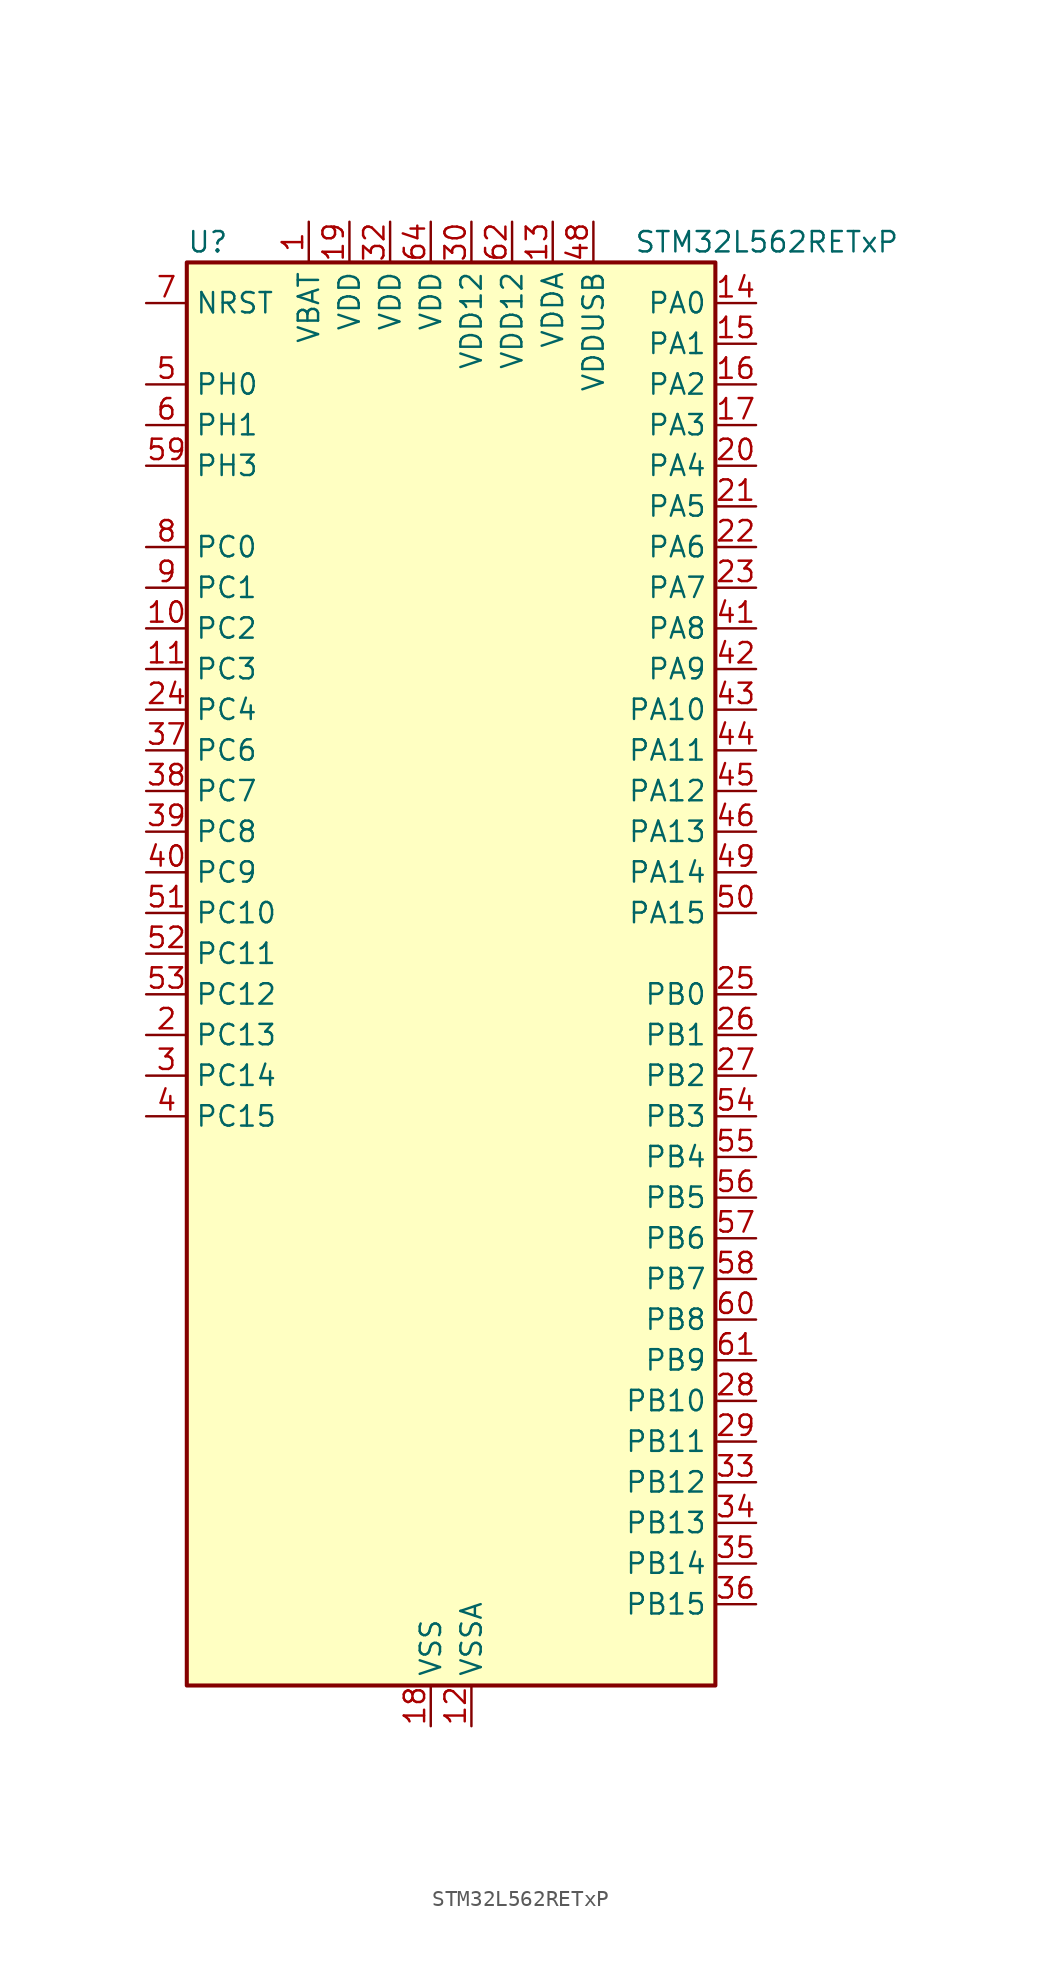
<source format=kicad_sym>
(kicad_symbol_lib
  (version 20220914)
  (generator kicad_symbol_editor)
  (symbol "STM32L562RETxP"
    (property "Reference" "U"
      (at -15.24 46.99 0)
      (effects (font (size 1.27 1.27)) (justify left)))
    (property "Value" "STM32L562RETxP"
      (at 12.7 46.99 0)
      (effects (font (size 1.27 1.27)) (justify left)))
    (property "ki_locked" ""
      (at 0 0 0)
      (effects (font (size 1.27 1.27))))
    (symbol "STM32L562RETxP_0_1"
      (rectangle (start -15.24 -43.18) (end 17.78 45.72) (stroke (width 0.254) (type default)) (fill (type background))))
    (symbol "STM32L562RETxP_1_1"
      (pin power_in line (at -7.62 48.26 270) (length 2.54) (name "VBAT" (effects (font (size 1.27 1.27)))) (number "1" (effects (font (size 1.27 1.27)))))
      (pin bidirectional line (at -17.78 22.86 0) (length 2.54) (name "PC2" (effects (font (size 1.27 1.27)))) (number "10" (effects (font (size 1.27 1.27)))) (alternate "ADC1_IN3" bidirectional line) (alternate "ADC2_IN3" bidirectional line) (alternate "DFSDM1_CKOUT" bidirectional line) (alternate "LPTIM1_IN2" bidirectional line) (alternate "OCTOSPI1_IO5" bidirectional line) (alternate "SPI2_MISO" bidirectional line))
      (pin bidirectional line (at -17.78 20.32 0) (length 2.54) (name "PC3" (effects (font (size 1.27 1.27)))) (number "11" (effects (font (size 1.27 1.27)))) (alternate "ADC1_IN4" bidirectional line) (alternate "ADC2_IN4" bidirectional line) (alternate "LPTIM1_ETR" bidirectional line) (alternate "LPTIM2_ETR" bidirectional line) (alternate "LPTIM3_OUT" bidirectional line) (alternate "OCTOSPI1_IO6" bidirectional line) (alternate "SAI1_D1" bidirectional line) (alternate "SAI1_SD_A" bidirectional line) (alternate "SPI2_MOSI" bidirectional line))
      (pin power_in line (at 2.54 -45.72 90) (length 2.54) (name "VSSA" (effects (font (size 1.27 1.27)))) (number "12" (effects (font (size 1.27 1.27)))))
      (pin power_in line (at 7.62 48.26 270) (length 2.54) (name "VDDA" (effects (font (size 1.27 1.27)))) (number "13" (effects (font (size 1.27 1.27)))))
      (pin bidirectional line (at 20.32 43.18 180) (length 2.54) (name "PA0" (effects (font (size 1.27 1.27)))) (number "14" (effects (font (size 1.27 1.27)))) (alternate "ADC1_IN5" bidirectional line) (alternate "ADC2_IN5" bidirectional line) (alternate "OPAMP1_VINP" bidirectional line) (alternate "PWR_WKUP1" bidirectional line) (alternate "SAI1_EXTCLK" bidirectional line) (alternate "TAMP_IN2" bidirectional line) (alternate "TAMP_OUT1" bidirectional line) (alternate "TIM2_CH1" bidirectional line) (alternate "TIM2_ETR" bidirectional line) (alternate "TIM5_CH1" bidirectional line) (alternate "TIM8_ETR" bidirectional line) (alternate "UART4_TX" bidirectional line) (alternate "USART2_CTS" bidirectional line) (alternate "USART2_NSS" bidirectional line))
      (pin bidirectional line (at 20.32 40.64 180) (length 2.54) (name "PA1" (effects (font (size 1.27 1.27)))) (number "15" (effects (font (size 1.27 1.27)))) (alternate "ADC1_IN6" bidirectional line) (alternate "ADC2_IN6" bidirectional line) (alternate "I2C1_SMBA" bidirectional line) (alternate "OCTOSPI1_DQS" bidirectional line) (alternate "OPAMP1_VINM" bidirectional line) (alternate "SPI1_SCK" bidirectional line) (alternate "TAMP_IN5" bidirectional line) (alternate "TAMP_OUT4" bidirectional line) (alternate "TIM15_CH1N" bidirectional line) (alternate "TIM2_CH2" bidirectional line) (alternate "TIM5_CH2" bidirectional line) (alternate "UART4_RX" bidirectional line) (alternate "USART2_DE" bidirectional line) (alternate "USART2_RTS" bidirectional line))
      (pin bidirectional line (at 20.32 38.1 180) (length 2.54) (name "PA2" (effects (font (size 1.27 1.27)))) (number "16" (effects (font (size 1.27 1.27)))) (alternate "ADC1_IN7" bidirectional line) (alternate "ADC2_IN7" bidirectional line) (alternate "COMP1_INP" bidirectional line) (alternate "LPUART1_TX" bidirectional line) (alternate "OCTOSPI1_NCS" bidirectional line) (alternate "PWR_WKUP4" bidirectional line) (alternate "RCC_LSCO" bidirectional line) (alternate "SAI2_EXTCLK" bidirectional line) (alternate "TIM15_CH1" bidirectional line) (alternate "TIM2_CH3" bidirectional line) (alternate "TIM5_CH3" bidirectional line) (alternate "UCPD1_FRSTX1" bidirectional line) (alternate "USART2_TX" bidirectional line))
      (pin bidirectional line (at 20.32 35.56 180) (length 2.54) (name "PA3" (effects (font (size 1.27 1.27)))) (number "17" (effects (font (size 1.27 1.27)))) (alternate "ADC1_IN8" bidirectional line) (alternate "ADC2_IN8" bidirectional line) (alternate "LPUART1_RX" bidirectional line) (alternate "OCTOSPI1_CLK" bidirectional line) (alternate "OPAMP1_VOUT" bidirectional line) (alternate "SAI1_CK1" bidirectional line) (alternate "SAI1_MCLK_A" bidirectional line) (alternate "TIM15_CH2" bidirectional line) (alternate "TIM2_CH4" bidirectional line) (alternate "TIM5_CH4" bidirectional line) (alternate "USART2_RX" bidirectional line))
      (pin power_in line (at 0 -45.72 90) (length 2.54) (name "VSS" (effects (font (size 1.27 1.27)))) (number "18" (effects (font (size 1.27 1.27)))))
      (pin power_in line (at -5.08 48.26 270) (length 2.54) (name "VDD" (effects (font (size 1.27 1.27)))) (number "19" (effects (font (size 1.27 1.27)))))
      (pin bidirectional line (at -17.78 -2.54 0) (length 2.54) (name "PC13" (effects (font (size 1.27 1.27)))) (number "2" (effects (font (size 1.27 1.27)))) (alternate "PWR_WKUP2" bidirectional line) (alternate "RTC_OUT1" bidirectional line) (alternate "RTC_TS" bidirectional line) (alternate "TAMP_IN1" bidirectional line) (alternate "TAMP_OUT2" bidirectional line))
      (pin bidirectional line (at 20.32 33.02 180) (length 2.54) (name "PA4" (effects (font (size 1.27 1.27)))) (number "20" (effects (font (size 1.27 1.27)))) (alternate "ADC1_IN9" bidirectional line) (alternate "ADC2_IN9" bidirectional line) (alternate "DAC1_OUT1" bidirectional line) (alternate "LPTIM2_OUT" bidirectional line) (alternate "OCTOSPI1_NCS" bidirectional line) (alternate "SAI1_FS_B" bidirectional line) (alternate "SPI1_NSS" bidirectional line) (alternate "SPI3_NSS" bidirectional line) (alternate "USART2_CK" bidirectional line))
      (pin bidirectional line (at 20.32 30.48 180) (length 2.54) (name "PA5" (effects (font (size 1.27 1.27)))) (number "21" (effects (font (size 1.27 1.27)))) (alternate "ADC1_IN10" bidirectional line) (alternate "ADC2_IN10" bidirectional line) (alternate "DAC1_OUT2" bidirectional line) (alternate "LPTIM2_ETR" bidirectional line) (alternate "SPI1_SCK" bidirectional line) (alternate "TIM2_CH1" bidirectional line) (alternate "TIM2_ETR" bidirectional line) (alternate "TIM8_CH1N" bidirectional line))
      (pin bidirectional line (at 20.32 27.94 180) (length 2.54) (name "PA6" (effects (font (size 1.27 1.27)))) (number "22" (effects (font (size 1.27 1.27)))) (alternate "ADC1_IN11" bidirectional line) (alternate "ADC2_IN11" bidirectional line) (alternate "LPUART1_CTS" bidirectional line) (alternate "OCTOSPI1_IO3" bidirectional line) (alternate "OPAMP2_VINP" bidirectional line) (alternate "SPI1_MISO" bidirectional line) (alternate "TIM16_CH1" bidirectional line) (alternate "TIM1_BKIN" bidirectional line) (alternate "TIM3_CH1" bidirectional line) (alternate "TIM8_BKIN" bidirectional line) (alternate "USART3_CTS" bidirectional line) (alternate "USART3_NSS" bidirectional line))
      (pin bidirectional line (at 20.32 25.4 180) (length 2.54) (name "PA7" (effects (font (size 1.27 1.27)))) (number "23" (effects (font (size 1.27 1.27)))) (alternate "ADC1_IN12" bidirectional line) (alternate "ADC2_IN12" bidirectional line) (alternate "I2C3_SCL" bidirectional line) (alternate "OCTOSPI1_IO2" bidirectional line) (alternate "OPAMP2_VINM" bidirectional line) (alternate "SPI1_MOSI" bidirectional line) (alternate "TIM17_CH1" bidirectional line) (alternate "TIM1_CH1N" bidirectional line) (alternate "TIM3_CH2" bidirectional line) (alternate "TIM8_CH1N" bidirectional line))
      (pin bidirectional line (at -17.78 17.78 0) (length 2.54) (name "PC4" (effects (font (size 1.27 1.27)))) (number "24" (effects (font (size 1.27 1.27)))) (alternate "ADC1_IN13" bidirectional line) (alternate "ADC2_IN13" bidirectional line) (alternate "COMP1_INM" bidirectional line) (alternate "OCTOSPI1_IO7" bidirectional line) (alternate "USART3_TX" bidirectional line))
      (pin bidirectional line (at 20.32 0 180) (length 2.54) (name "PB0" (effects (font (size 1.27 1.27)))) (number "25" (effects (font (size 1.27 1.27)))) (alternate "ADC1_IN15" bidirectional line) (alternate "ADC2_IN15" bidirectional line) (alternate "COMP1_OUT" bidirectional line) (alternate "OCTOSPI1_IO1" bidirectional line) (alternate "OPAMP2_VOUT" bidirectional line) (alternate "SAI1_EXTCLK" bidirectional line) (alternate "SPI1_NSS" bidirectional line) (alternate "TIM1_CH2N" bidirectional line) (alternate "TIM3_CH3" bidirectional line) (alternate "TIM8_CH2N" bidirectional line) (alternate "USART3_CK" bidirectional line))
      (pin bidirectional line (at 20.32 -2.54 180) (length 2.54) (name "PB1" (effects (font (size 1.27 1.27)))) (number "26" (effects (font (size 1.27 1.27)))) (alternate "ADC1_IN16" bidirectional line) (alternate "ADC2_IN16" bidirectional line) (alternate "COMP1_INM" bidirectional line) (alternate "DFSDM1_DATIN0" bidirectional line) (alternate "LPTIM2_IN1" bidirectional line) (alternate "LPUART1_DE" bidirectional line) (alternate "LPUART1_RTS" bidirectional line) (alternate "OCTOSPI1_IO0" bidirectional line) (alternate "TIM1_CH3N" bidirectional line) (alternate "TIM3_CH4" bidirectional line) (alternate "TIM8_CH3N" bidirectional line) (alternate "USART3_DE" bidirectional line) (alternate "USART3_RTS" bidirectional line))
      (pin bidirectional line (at 20.32 -5.08 180) (length 2.54) (name "PB2" (effects (font (size 1.27 1.27)))) (number "27" (effects (font (size 1.27 1.27)))) (alternate "COMP1_INP" bidirectional line) (alternate "DFSDM1_CKIN0" bidirectional line) (alternate "I2C3_SMBA" bidirectional line) (alternate "LPTIM1_OUT" bidirectional line) (alternate "OCTOSPI1_DQS" bidirectional line) (alternate "RTC_OUT2" bidirectional line) (alternate "UCPD1_FRSTX1" bidirectional line))
      (pin bidirectional line (at 20.32 -25.4 180) (length 2.54) (name "PB10" (effects (font (size 1.27 1.27)))) (number "28" (effects (font (size 1.27 1.27)))) (alternate "COMP1_OUT" bidirectional line) (alternate "I2C2_SCL" bidirectional line) (alternate "I2C4_SCL" bidirectional line) (alternate "LPTIM3_OUT" bidirectional line) (alternate "LPUART1_RX" bidirectional line) (alternate "OCTOSPI1_CLK" bidirectional line) (alternate "SAI1_SCK_A" bidirectional line) (alternate "SPI2_SCK" bidirectional line) (alternate "TIM2_CH3" bidirectional line) (alternate "TSC_SYNC" bidirectional line) (alternate "USART3_TX" bidirectional line))
      (pin bidirectional line (at 20.32 -27.94 180) (length 2.54) (name "PB11" (effects (font (size 1.27 1.27)))) (number "29" (effects (font (size 1.27 1.27)))) (alternate "ADC1_EXTI11" bidirectional line) (alternate "ADC2_EXTI11" bidirectional line) (alternate "COMP2_OUT" bidirectional line) (alternate "I2C2_SDA" bidirectional line) (alternate "I2C4_SDA" bidirectional line) (alternate "LPUART1_TX" bidirectional line) (alternate "OCTOSPI1_NCS" bidirectional line) (alternate "TIM2_CH4" bidirectional line) (alternate "USART3_RX" bidirectional line))
      (pin bidirectional line (at -17.78 -5.08 0) (length 2.54) (name "PC14" (effects (font (size 1.27 1.27)))) (number "3" (effects (font (size 1.27 1.27)))) (alternate "RCC_OSC32_IN" bidirectional line))
      (pin power_in line (at 2.54 48.26 270) (length 2.54) (name "VDD12" (effects (font (size 1.27 1.27)))) (number "30" (effects (font (size 1.27 1.27)))))
      (pin passive line (at 0 -45.72 90) (length 2.54) hide (name "VSS" (effects (font (size 1.27 1.27)))) (number "31" (effects (font (size 1.27 1.27)))))
      (pin power_in line (at -2.54 48.26 270) (length 2.54) (name "VDD" (effects (font (size 1.27 1.27)))) (number "32" (effects (font (size 1.27 1.27)))))
      (pin bidirectional line (at 20.32 -30.48 180) (length 2.54) (name "PB12" (effects (font (size 1.27 1.27)))) (number "33" (effects (font (size 1.27 1.27)))) (alternate "DFSDM1_DATIN1" bidirectional line) (alternate "I2C2_SMBA" bidirectional line) (alternate "LPUART1_DE" bidirectional line) (alternate "LPUART1_RTS" bidirectional line) (alternate "OCTOSPI1_NCLK" bidirectional line) (alternate "SAI2_FS_A" bidirectional line) (alternate "SPI2_NSS" bidirectional line) (alternate "TIM15_BKIN" bidirectional line) (alternate "TIM1_BKIN" bidirectional line) (alternate "TSC_G1_IO1" bidirectional line) (alternate "USART3_CK" bidirectional line))
      (pin bidirectional line (at 20.32 -33.02 180) (length 2.54) (name "PB13" (effects (font (size 1.27 1.27)))) (number "34" (effects (font (size 1.27 1.27)))) (alternate "DFSDM1_CKIN1" bidirectional line) (alternate "I2C2_SCL" bidirectional line) (alternate "LPTIM3_IN1" bidirectional line) (alternate "LPUART1_CTS" bidirectional line) (alternate "SAI2_SCK_A" bidirectional line) (alternate "SPI2_SCK" bidirectional line) (alternate "TIM15_CH1N" bidirectional line) (alternate "TIM1_CH1N" bidirectional line) (alternate "TSC_G1_IO2" bidirectional line) (alternate "UCPD1_FRSTX2" bidirectional line) (alternate "USART3_CTS" bidirectional line) (alternate "USART3_NSS" bidirectional line))
      (pin bidirectional line (at 20.32 -35.56 180) (length 2.54) (name "PB14" (effects (font (size 1.27 1.27)))) (number "35" (effects (font (size 1.27 1.27)))) (alternate "DFSDM1_DATIN2" bidirectional line) (alternate "I2C2_SDA" bidirectional line) (alternate "LPTIM3_ETR" bidirectional line) (alternate "SAI2_MCLK_A" bidirectional line) (alternate "SPI2_MISO" bidirectional line) (alternate "TIM15_CH1" bidirectional line) (alternate "TIM1_CH2N" bidirectional line) (alternate "TIM8_CH2N" bidirectional line) (alternate "TSC_G1_IO3" bidirectional line) (alternate "UCPD1_DBCC2" bidirectional line) (alternate "USART3_DE" bidirectional line) (alternate "USART3_RTS" bidirectional line))
      (pin bidirectional line (at 20.32 -38.1 180) (length 2.54) (name "PB15" (effects (font (size 1.27 1.27)))) (number "36" (effects (font (size 1.27 1.27)))) (alternate "ADC1_EXTI15" bidirectional line) (alternate "ADC2_EXTI15" bidirectional line) (alternate "DFSDM1_CKIN2" bidirectional line) (alternate "RTC_REFIN" bidirectional line) (alternate "SAI2_SD_A" bidirectional line) (alternate "SPI2_MOSI" bidirectional line) (alternate "TIM15_CH2" bidirectional line) (alternate "TIM1_CH3N" bidirectional line) (alternate "TIM8_CH3N" bidirectional line) (alternate "UCPD1_CC2" bidirectional line))
      (pin bidirectional line (at -17.78 15.24 0) (length 2.54) (name "PC6" (effects (font (size 1.27 1.27)))) (number "37" (effects (font (size 1.27 1.27)))) (alternate "DFSDM1_CKIN3" bidirectional line) (alternate "SAI2_MCLK_A" bidirectional line) (alternate "TIM3_CH1" bidirectional line) (alternate "TIM8_CH1" bidirectional line) (alternate "TSC_G4_IO1" bidirectional line))
      (pin bidirectional line (at -17.78 12.7 0) (length 2.54) (name "PC7" (effects (font (size 1.27 1.27)))) (number "38" (effects (font (size 1.27 1.27)))) (alternate "DFSDM1_DATIN3" bidirectional line) (alternate "SAI2_MCLK_B" bidirectional line) (alternate "TIM3_CH2" bidirectional line) (alternate "TIM8_CH2" bidirectional line) (alternate "TSC_G4_IO2" bidirectional line))
      (pin bidirectional line (at -17.78 10.16 0) (length 2.54) (name "PC8" (effects (font (size 1.27 1.27)))) (number "39" (effects (font (size 1.27 1.27)))) (alternate "TIM3_CH3" bidirectional line) (alternate "TIM8_CH3" bidirectional line) (alternate "TSC_G4_IO3" bidirectional line))
      (pin bidirectional line (at -17.78 -7.62 0) (length 2.54) (name "PC15" (effects (font (size 1.27 1.27)))) (number "4" (effects (font (size 1.27 1.27)))) (alternate "ADC1_EXTI15" bidirectional line) (alternate "ADC2_EXTI15" bidirectional line) (alternate "RCC_OSC32_OUT" bidirectional line))
      (pin bidirectional line (at -17.78 7.62 0) (length 2.54) (name "PC9" (effects (font (size 1.27 1.27)))) (number "40" (effects (font (size 1.27 1.27)))) (alternate "DAC1_EXTI9" bidirectional line) (alternate "DEBUG_TRACED0" bidirectional line) (alternate "SAI2_EXTCLK" bidirectional line) (alternate "TIM3_CH4" bidirectional line) (alternate "TIM8_BKIN2" bidirectional line) (alternate "TIM8_CH4" bidirectional line) (alternate "TSC_G4_IO4" bidirectional line) (alternate "USB_NOE" bidirectional line))
      (pin bidirectional line (at 20.32 22.86 180) (length 2.54) (name "PA8" (effects (font (size 1.27 1.27)))) (number "41" (effects (font (size 1.27 1.27)))) (alternate "LPTIM2_OUT" bidirectional line) (alternate "RCC_MCO" bidirectional line) (alternate "SAI1_CK2" bidirectional line) (alternate "SAI1_SCK_A" bidirectional line) (alternate "TIM1_CH1" bidirectional line) (alternate "USART1_CK" bidirectional line))
      (pin bidirectional line (at 20.32 20.32 180) (length 2.54) (name "PA9" (effects (font (size 1.27 1.27)))) (number "42" (effects (font (size 1.27 1.27)))) (alternate "DAC1_EXTI9" bidirectional line) (alternate "SAI1_FS_A" bidirectional line) (alternate "SPI2_SCK" bidirectional line) (alternate "TIM15_BKIN" bidirectional line) (alternate "TIM1_CH2" bidirectional line) (alternate "USART1_TX" bidirectional line))
      (pin bidirectional line (at 20.32 17.78 180) (length 2.54) (name "PA10" (effects (font (size 1.27 1.27)))) (number "43" (effects (font (size 1.27 1.27)))) (alternate "CRS_SYNC" bidirectional line) (alternate "SAI1_D1" bidirectional line) (alternate "SAI1_SD_A" bidirectional line) (alternate "TIM17_BKIN" bidirectional line) (alternate "TIM1_CH3" bidirectional line) (alternate "USART1_RX" bidirectional line))
      (pin bidirectional line (at 20.32 15.24 180) (length 2.54) (name "PA11" (effects (font (size 1.27 1.27)))) (number "44" (effects (font (size 1.27 1.27)))) (alternate "ADC1_EXTI11" bidirectional line) (alternate "ADC2_EXTI11" bidirectional line) (alternate "FDCAN1_RX" bidirectional line) (alternate "SPI1_MISO" bidirectional line) (alternate "TIM1_BKIN2" bidirectional line) (alternate "TIM1_CH4" bidirectional line) (alternate "USART1_CTS" bidirectional line) (alternate "USART1_NSS" bidirectional line) (alternate "USB_DM" bidirectional line))
      (pin bidirectional line (at 20.32 12.7 180) (length 2.54) (name "PA12" (effects (font (size 1.27 1.27)))) (number "45" (effects (font (size 1.27 1.27)))) (alternate "FDCAN1_TX" bidirectional line) (alternate "SPI1_MOSI" bidirectional line) (alternate "TIM1_ETR" bidirectional line) (alternate "USART1_DE" bidirectional line) (alternate "USART1_RTS" bidirectional line) (alternate "USB_DP" bidirectional line))
      (pin bidirectional line (at 20.32 10.16 180) (length 2.54) (name "PA13" (effects (font (size 1.27 1.27)))) (number "46" (effects (font (size 1.27 1.27)))) (alternate "DEBUG_JTMS-SWDIO" bidirectional line) (alternate "IR_OUT" bidirectional line) (alternate "SAI1_SD_B" bidirectional line) (alternate "USB_NOE" bidirectional line))
      (pin passive line (at 0 -45.72 90) (length 2.54) hide (name "VSS" (effects (font (size 1.27 1.27)))) (number "47" (effects (font (size 1.27 1.27)))))
      (pin power_in line (at 10.16 48.26 270) (length 2.54) (name "VDDUSB" (effects (font (size 1.27 1.27)))) (number "48" (effects (font (size 1.27 1.27)))))
      (pin bidirectional line (at 20.32 7.62 180) (length 2.54) (name "PA14" (effects (font (size 1.27 1.27)))) (number "49" (effects (font (size 1.27 1.27)))) (alternate "DEBUG_JTCK-SWCLK" bidirectional line) (alternate "I2C1_SMBA" bidirectional line) (alternate "I2C4_SMBA" bidirectional line) (alternate "LPTIM1_OUT" bidirectional line) (alternate "SAI1_FS_B" bidirectional line))
      (pin bidirectional line (at -17.78 38.1 0) (length 2.54) (name "PH0" (effects (font (size 1.27 1.27)))) (number "5" (effects (font (size 1.27 1.27)))) (alternate "RCC_OSC_IN" bidirectional line))
      (pin bidirectional line (at 20.32 5.08 180) (length 2.54) (name "PA15" (effects (font (size 1.27 1.27)))) (number "50" (effects (font (size 1.27 1.27)))) (alternate "ADC1_EXTI15" bidirectional line) (alternate "ADC2_EXTI15" bidirectional line) (alternate "DEBUG_JTDI" bidirectional line) (alternate "SAI2_FS_B" bidirectional line) (alternate "SPI1_NSS" bidirectional line) (alternate "SPI3_NSS" bidirectional line) (alternate "TIM2_CH1" bidirectional line) (alternate "TIM2_ETR" bidirectional line) (alternate "UART4_DE" bidirectional line) (alternate "UART4_RTS" bidirectional line) (alternate "UCPD1_CC1" bidirectional line) (alternate "USART2_RX" bidirectional line) (alternate "USART3_DE" bidirectional line) (alternate "USART3_RTS" bidirectional line))
      (pin bidirectional line (at -17.78 5.08 0) (length 2.54) (name "PC10" (effects (font (size 1.27 1.27)))) (number "51" (effects (font (size 1.27 1.27)))) (alternate "DEBUG_TRACED1" bidirectional line) (alternate "LPTIM3_ETR" bidirectional line) (alternate "SAI2_SCK_B" bidirectional line) (alternate "SPI3_SCK" bidirectional line) (alternate "TSC_G3_IO2" bidirectional line) (alternate "UART4_TX" bidirectional line) (alternate "USART3_TX" bidirectional line))
      (pin bidirectional line (at -17.78 2.54 0) (length 2.54) (name "PC11" (effects (font (size 1.27 1.27)))) (number "52" (effects (font (size 1.27 1.27)))) (alternate "ADC1_EXTI11" bidirectional line) (alternate "ADC2_EXTI11" bidirectional line) (alternate "LPTIM3_IN1" bidirectional line) (alternate "OCTOSPI1_NCS" bidirectional line) (alternate "SAI2_MCLK_B" bidirectional line) (alternate "SPI3_MISO" bidirectional line) (alternate "TSC_G3_IO3" bidirectional line) (alternate "UART4_RX" bidirectional line) (alternate "UCPD1_FRSTX2" bidirectional line) (alternate "USART3_RX" bidirectional line))
      (pin bidirectional line (at -17.78 0 0) (length 2.54) (name "PC12" (effects (font (size 1.27 1.27)))) (number "53" (effects (font (size 1.27 1.27)))) (alternate "DEBUG_TRACED3" bidirectional line) (alternate "SAI2_SD_B" bidirectional line) (alternate "SPI3_MOSI" bidirectional line) (alternate "TSC_G3_IO4" bidirectional line) (alternate "UART5_TX" bidirectional line) (alternate "USART3_CK" bidirectional line))
      (pin bidirectional line (at 20.32 -7.62 180) (length 2.54) (name "PB3" (effects (font (size 1.27 1.27)))) (number "54" (effects (font (size 1.27 1.27)))) (alternate "COMP2_INM" bidirectional line) (alternate "CRS_SYNC" bidirectional line) (alternate "DEBUG_JTDO-SWO" bidirectional line) (alternate "SAI1_SCK_B" bidirectional line) (alternate "SPI1_SCK" bidirectional line) (alternate "SPI3_SCK" bidirectional line) (alternate "TIM2_CH2" bidirectional line) (alternate "USART1_DE" bidirectional line) (alternate "USART1_RTS" bidirectional line))
      (pin bidirectional line (at 20.32 -10.16 180) (length 2.54) (name "PB4" (effects (font (size 1.27 1.27)))) (number "55" (effects (font (size 1.27 1.27)))) (alternate "COMP2_INP" bidirectional line) (alternate "DEBUG_JTRST" bidirectional line) (alternate "I2C3_SDA" bidirectional line) (alternate "SAI1_MCLK_B" bidirectional line) (alternate "SPI1_MISO" bidirectional line) (alternate "SPI3_MISO" bidirectional line) (alternate "TIM17_BKIN" bidirectional line) (alternate "TIM3_CH1" bidirectional line) (alternate "TSC_G2_IO1" bidirectional line) (alternate "UART5_DE" bidirectional line) (alternate "UART5_RTS" bidirectional line) (alternate "USART1_CTS" bidirectional line) (alternate "USART1_NSS" bidirectional line))
      (pin bidirectional line (at 20.32 -12.7 180) (length 2.54) (name "PB5" (effects (font (size 1.27 1.27)))) (number "56" (effects (font (size 1.27 1.27)))) (alternate "COMP2_OUT" bidirectional line) (alternate "I2C1_SMBA" bidirectional line) (alternate "LPTIM1_IN1" bidirectional line) (alternate "OCTOSPI1_NCLK" bidirectional line) (alternate "SAI1_SD_B" bidirectional line) (alternate "SPI1_MOSI" bidirectional line) (alternate "SPI3_MOSI" bidirectional line) (alternate "TIM16_BKIN" bidirectional line) (alternate "TIM3_CH2" bidirectional line) (alternate "TSC_G2_IO2" bidirectional line) (alternate "UART5_CTS" bidirectional line) (alternate "UCPD1_DBCC1" bidirectional line) (alternate "USART1_CK" bidirectional line))
      (pin bidirectional line (at 20.32 -15.24 180) (length 2.54) (name "PB6" (effects (font (size 1.27 1.27)))) (number "57" (effects (font (size 1.27 1.27)))) (alternate "COMP2_INP" bidirectional line) (alternate "I2C1_SCL" bidirectional line) (alternate "I2C4_SCL" bidirectional line) (alternate "LPTIM1_ETR" bidirectional line) (alternate "SAI1_FS_B" bidirectional line) (alternate "TIM16_CH1N" bidirectional line) (alternate "TIM4_CH1" bidirectional line) (alternate "TIM8_BKIN2" bidirectional line) (alternate "TSC_G2_IO3" bidirectional line) (alternate "USART1_TX" bidirectional line))
      (pin bidirectional line (at 20.32 -17.78 180) (length 2.54) (name "PB7" (effects (font (size 1.27 1.27)))) (number "58" (effects (font (size 1.27 1.27)))) (alternate "COMP2_INM" bidirectional line) (alternate "I2C1_SDA" bidirectional line) (alternate "I2C4_SDA" bidirectional line) (alternate "LPTIM1_IN2" bidirectional line) (alternate "PWR_PVD_IN" bidirectional line) (alternate "TIM17_CH1N" bidirectional line) (alternate "TIM4_CH2" bidirectional line) (alternate "TIM8_BKIN" bidirectional line) (alternate "TSC_G2_IO4" bidirectional line) (alternate "UART4_CTS" bidirectional line) (alternate "USART1_RX" bidirectional line))
      (pin bidirectional line (at -17.78 33.02 0) (length 2.54) (name "PH3" (effects (font (size 1.27 1.27)))) (number "59" (effects (font (size 1.27 1.27)))))
      (pin bidirectional line (at -17.78 35.56 0) (length 2.54) (name "PH1" (effects (font (size 1.27 1.27)))) (number "6" (effects (font (size 1.27 1.27)))) (alternate "RCC_OSC_OUT" bidirectional line))
      (pin bidirectional line (at 20.32 -20.32 180) (length 2.54) (name "PB8" (effects (font (size 1.27 1.27)))) (number "60" (effects (font (size 1.27 1.27)))) (alternate "DFSDM1_CKOUT" bidirectional line) (alternate "FDCAN1_RX" bidirectional line) (alternate "I2C1_SCL" bidirectional line) (alternate "SAI1_CK1" bidirectional line) (alternate "SAI1_MCLK_A" bidirectional line) (alternate "TIM16_CH1" bidirectional line) (alternate "TIM4_CH3" bidirectional line))
      (pin bidirectional line (at 20.32 -22.86 180) (length 2.54) (name "PB9" (effects (font (size 1.27 1.27)))) (number "61" (effects (font (size 1.27 1.27)))) (alternate "DAC1_EXTI9" bidirectional line) (alternate "FDCAN1_TX" bidirectional line) (alternate "I2C1_SDA" bidirectional line) (alternate "IR_OUT" bidirectional line) (alternate "SAI1_D2" bidirectional line) (alternate "SAI1_FS_A" bidirectional line) (alternate "SPI2_NSS" bidirectional line) (alternate "TIM17_CH1" bidirectional line) (alternate "TIM4_CH4" bidirectional line))
      (pin power_in line (at 5.08 48.26 270) (length 2.54) (name "VDD12" (effects (font (size 1.27 1.27)))) (number "62" (effects (font (size 1.27 1.27)))))
      (pin passive line (at 0 -45.72 90) (length 2.54) hide (name "VSS" (effects (font (size 1.27 1.27)))) (number "63" (effects (font (size 1.27 1.27)))))
      (pin power_in line (at 0 48.26 270) (length 2.54) (name "VDD" (effects (font (size 1.27 1.27)))) (number "64" (effects (font (size 1.27 1.27)))))
      (pin input line (at -17.78 43.18 0) (length 2.54) (name "NRST" (effects (font (size 1.27 1.27)))) (number "7" (effects (font (size 1.27 1.27)))))
      (pin bidirectional line (at -17.78 27.94 0) (length 2.54) (name "PC0" (effects (font (size 1.27 1.27)))) (number "8" (effects (font (size 1.27 1.27)))) (alternate "ADC1_IN1" bidirectional line) (alternate "ADC2_IN1" bidirectional line) (alternate "I2C3_SCL" bidirectional line) (alternate "LPTIM1_IN1" bidirectional line) (alternate "LPTIM2_IN1" bidirectional line) (alternate "LPUART1_RX" bidirectional line) (alternate "OCTOSPI1_IO7" bidirectional line) (alternate "SAI2_FS_A" bidirectional line))
      (pin bidirectional line (at -17.78 25.4 0) (length 2.54) (name "PC1" (effects (font (size 1.27 1.27)))) (number "9" (effects (font (size 1.27 1.27)))) (alternate "ADC1_IN2" bidirectional line) (alternate "ADC2_IN2" bidirectional line) (alternate "DEBUG_TRACED0" bidirectional line) (alternate "I2C3_SDA" bidirectional line) (alternate "LPTIM1_OUT" bidirectional line) (alternate "LPUART1_TX" bidirectional line) (alternate "OCTOSPI1_IO4" bidirectional line) (alternate "SAI1_SD_A" bidirectional line) (alternate "SPI2_MOSI" bidirectional line)))))
</source>
